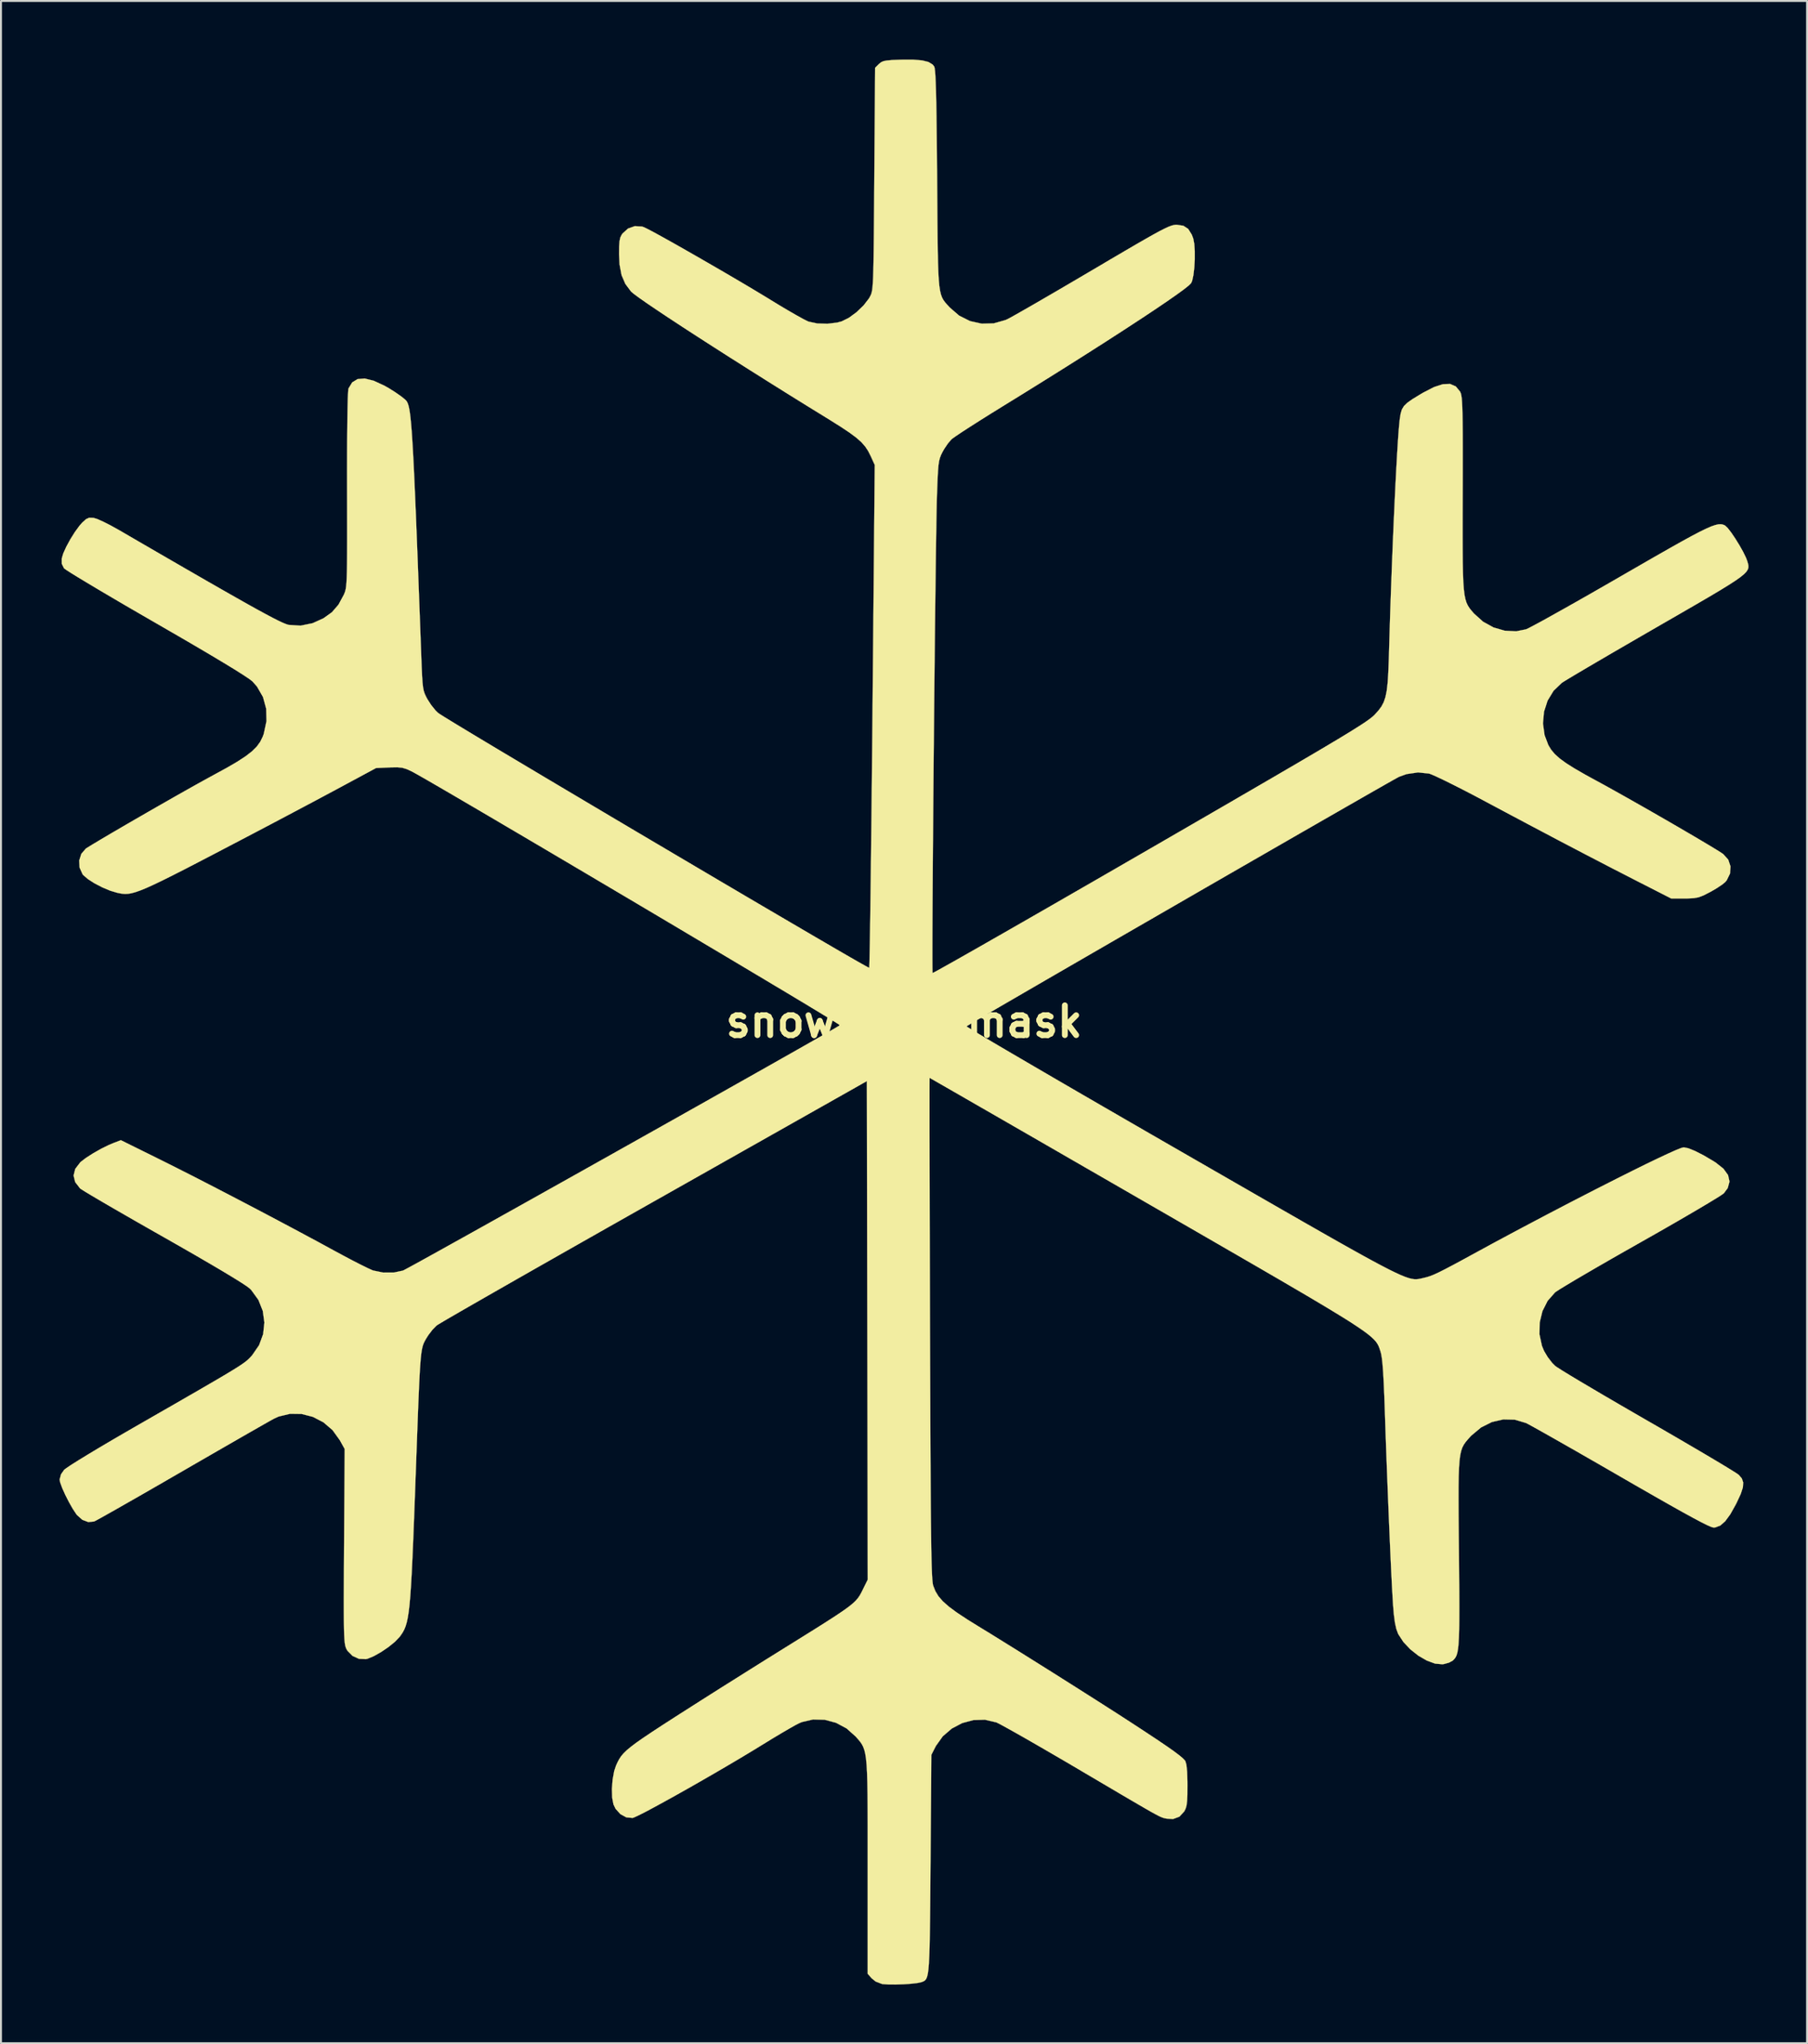
<source format=kicad_pcb>
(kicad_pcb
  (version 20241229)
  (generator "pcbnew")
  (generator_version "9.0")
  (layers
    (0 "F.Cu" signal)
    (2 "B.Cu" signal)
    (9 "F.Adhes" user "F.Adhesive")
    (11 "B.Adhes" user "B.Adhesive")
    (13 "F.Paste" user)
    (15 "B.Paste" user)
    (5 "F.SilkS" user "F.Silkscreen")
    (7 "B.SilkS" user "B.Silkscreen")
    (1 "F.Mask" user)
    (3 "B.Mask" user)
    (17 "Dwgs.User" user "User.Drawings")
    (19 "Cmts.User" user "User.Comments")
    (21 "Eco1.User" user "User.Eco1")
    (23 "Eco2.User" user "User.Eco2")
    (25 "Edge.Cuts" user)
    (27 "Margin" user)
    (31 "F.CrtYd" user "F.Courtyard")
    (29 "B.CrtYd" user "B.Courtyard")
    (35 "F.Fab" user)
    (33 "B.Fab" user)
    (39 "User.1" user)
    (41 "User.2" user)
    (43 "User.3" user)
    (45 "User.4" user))
  (footprint "snowflake_mask"
    (layer "F.Cu")
    (at 43.27 49.27)
    (property "Reference" "snowflake_mask" (at 0 0 0) (layer "F.SilkS") (effects (font (size 1.524 1.524) (thickness 0.3))))
    (attr through_hole)
    (fp_poly (pts (xy 0.92 -49.227) (xy 1.249 -49.145) (xy 1.463 -49.016) (xy 1.544 -48.913) (xy 1.567 -48.835) (xy 1.587 -48.678) (xy 1.605 -48.432) (xy 1.621 -48.089) (xy 1.636 -47.637) (xy 1.649 -47.067) (xy 1.661 -46.369) (xy 1.671 -45.533) (xy 1.682 -44.55) (xy 1.691 -43.41) (xy 1.693 -43.138) (xy 1.702 -41.998) (xy 1.709 -41.015) (xy 1.717 -40.176) (xy 1.727 -39.467) (xy 1.739 -38.876) (xy 1.756 -38.39) (xy 1.778 -37.996) (xy 1.807 -37.681) (xy 1.845 -37.432) (xy 1.891 -37.237) (xy 1.948 -37.082) (xy 2.017 -36.955) (xy 2.099 -36.842) (xy 2.195 -36.732) (xy 2.307 -36.61) (xy 2.341 -36.572) (xy 2.824 -36.155) (xy 3.38 -35.877) (xy 3.98 -35.743) (xy 4.595 -35.759) (xy 5.198 -35.931) (xy 5.292 -35.973) (xy 5.462 -36.063) (xy 5.762 -36.23) (xy 6.176 -36.466) (xy 6.689 -36.76) (xy 7.284 -37.105) (xy 7.946 -37.49) (xy 8.659 -37.908) (xy 9.408 -38.348) (xy 9.689 -38.513) (xy 10.547 -39.02) (xy 11.273 -39.446) (xy 11.878 -39.799) (xy 12.376 -40.086) (xy 12.779 -40.313) (xy 13.1 -40.488) (xy 13.352 -40.616) (xy 13.546 -40.706) (xy 13.697 -40.763) (xy 13.816 -40.795) (xy 13.917 -40.808) (xy 13.971 -40.809) (xy 14.309 -40.76) (xy 14.557 -40.599) (xy 14.741 -40.303) (xy 14.817 -40.099) (xy 14.869 -39.827) (xy 14.893 -39.457) (xy 14.893 -39.038) (xy 14.869 -38.614) (xy 14.824 -38.233) (xy 14.761 -37.943) (xy 14.708 -37.82) (xy 14.584 -37.696) (xy 14.323 -37.49) (xy 13.935 -37.208) (xy 13.427 -36.855) (xy 12.809 -36.437) (xy 12.089 -35.96) (xy 11.275 -35.429) (xy 10.377 -34.849) (xy 9.402 -34.227) (xy 8.36 -33.568) (xy 7.259 -32.878) (xy 6.107 -32.162) (xy 4.995 -31.476) (xy 4.418 -31.119) (xy 3.877 -30.779) (xy 3.393 -30.471) (xy 2.985 -30.207) (xy 2.673 -29.998) (xy 2.476 -29.859) (xy 2.426 -29.818) (xy 2.246 -29.607) (xy 2.055 -29.325) (xy 1.967 -29.168) (xy 1.893 -29.017) (xy 1.837 -28.871) (xy 1.794 -28.702) (xy 1.762 -28.483) (xy 1.738 -28.188) (xy 1.717 -27.789) (xy 1.696 -27.26) (xy 1.686 -26.966) (xy 1.676 -26.637) (xy 1.666 -26.168) (xy 1.655 -25.57) (xy 1.644 -24.855) (xy 1.632 -24.035) (xy 1.62 -23.121) (xy 1.607 -22.124) (xy 1.594 -21.056) (xy 1.581 -19.929) (xy 1.568 -18.754) (xy 1.556 -17.542) (xy 1.543 -16.305) (xy 1.531 -15.055) (xy 1.519 -13.802) (xy 1.508 -12.559) (xy 1.497 -11.337) (xy 1.488 -10.148) (xy 1.479 -9.002) (xy 1.471 -7.912) (xy 1.464 -6.888) (xy 1.458 -5.944) (xy 1.454 -5.089) (xy 1.451 -4.335) (xy 1.45 -3.694) (xy 1.45 -3.178) (xy 1.452 -2.798) (xy 1.456 -2.565) (xy 1.461 -2.491) (xy 1.538 -2.527) (xy 1.754 -2.643) (xy 2.1 -2.836) (xy 2.569 -3.099) (xy 3.152 -3.429) (xy 3.842 -3.821) (xy 4.63 -4.271) (xy 5.508 -4.773) (xy 6.469 -5.324) (xy 7.504 -5.918) (xy 8.605 -6.552) (xy 9.764 -7.219) (xy 10.974 -7.917) (xy 12.226 -8.64) (xy 12.586 -8.848) (xy 14.097 -9.722) (xy 15.467 -10.515) (xy 16.705 -11.232) (xy 17.817 -11.878) (xy 18.81 -12.455) (xy 19.691 -12.969) (xy 20.468 -13.423) (xy 21.146 -13.822) (xy 21.734 -14.17) (xy 22.237 -14.471) (xy 22.664 -14.729) (xy 23.02 -14.949) (xy 23.313 -15.134) (xy 23.551 -15.288) (xy 23.739 -15.417) (xy 23.885 -15.523) (xy 23.997 -15.612) (xy 24.08 -15.687) (xy 24.107 -15.714) (xy 24.301 -15.928) (xy 24.456 -16.135) (xy 24.575 -16.359) (xy 24.665 -16.622) (xy 24.731 -16.949) (xy 24.778 -17.362) (xy 24.811 -17.884) (xy 24.836 -18.54) (xy 24.849 -18.965) (xy 24.88 -20.044) (xy 24.915 -21.153) (xy 24.955 -22.277) (xy 24.997 -23.399) (xy 25.041 -24.503) (xy 25.087 -25.574) (xy 25.134 -26.594) (xy 25.18 -27.548) (xy 25.226 -28.42) (xy 25.27 -29.192) (xy 25.312 -29.85) (xy 25.351 -30.377) (xy 25.387 -30.757) (xy 25.398 -30.854) (xy 25.442 -31.131) (xy 25.504 -31.346) (xy 25.611 -31.524) (xy 25.784 -31.693) (xy 26.049 -31.881) (xy 26.43 -32.113) (xy 26.605 -32.216) (xy 27.155 -32.499) (xy 27.61 -32.646) (xy 27.979 -32.657) (xy 28.267 -32.532) (xy 28.483 -32.271) (xy 28.498 -32.243) (xy 28.527 -32.173) (xy 28.551 -32.074) (xy 28.572 -31.934) (xy 28.588 -31.739) (xy 28.601 -31.475) (xy 28.611 -31.13) (xy 28.618 -30.691) (xy 28.623 -30.144) (xy 28.625 -29.475) (xy 28.625 -28.672) (xy 28.624 -27.722) (xy 28.622 -27.03) (xy 28.619 -25.936) (xy 28.618 -24.998) (xy 28.62 -24.202) (xy 28.625 -23.534) (xy 28.636 -22.981) (xy 28.653 -22.529) (xy 28.679 -22.165) (xy 28.713 -21.874) (xy 28.759 -21.644) (xy 28.815 -21.46) (xy 28.886 -21.309) (xy 28.97 -21.177) (xy 29.07 -21.051) (xy 29.187 -20.916) (xy 29.206 -20.895) (xy 29.667 -20.482) (xy 30.204 -20.186) (xy 30.781 -20.019) (xy 31.364 -19.99) (xy 31.864 -20.091) (xy 32.006 -20.156) (xy 32.279 -20.299) (xy 32.672 -20.511) (xy 33.168 -20.786) (xy 33.755 -21.114) (xy 34.419 -21.488) (xy 35.145 -21.901) (xy 35.919 -22.344) (xy 36.728 -22.81) (xy 36.745 -22.82) (xy 37.714 -23.379) (xy 38.549 -23.859) (xy 39.261 -24.264) (xy 39.859 -24.6) (xy 40.357 -24.872) (xy 40.765 -25.086) (xy 41.095 -25.247) (xy 41.357 -25.361) (xy 41.563 -25.433) (xy 41.724 -25.469) (xy 41.852 -25.474) (xy 41.958 -25.454) (xy 42.052 -25.415) (xy 42.063 -25.409) (xy 42.193 -25.288) (xy 42.375 -25.055) (xy 42.584 -24.747) (xy 42.796 -24.405) (xy 42.987 -24.066) (xy 43.132 -23.769) (xy 43.195 -23.605) (xy 43.232 -23.481) (xy 43.258 -23.37) (xy 43.261 -23.266) (xy 43.231 -23.16) (xy 43.16 -23.046) (xy 43.036 -22.917) (xy 42.85 -22.764) (xy 42.592 -22.582) (xy 42.251 -22.361) (xy 41.818 -22.095) (xy 41.282 -21.776) (xy 40.634 -21.398) (xy 39.864 -20.952) (xy 38.96 -20.431) (xy 38.568 -20.205) (xy 37.756 -19.736) (xy 36.979 -19.286) (xy 36.252 -18.864) (xy 35.588 -18.476) (xy 35.001 -18.132) (xy 34.505 -17.839) (xy 34.114 -17.605) (xy 33.841 -17.44) (xy 33.701 -17.35) (xy 33.699 -17.348) (xy 33.277 -16.943) (xy 32.971 -16.44) (xy 32.788 -15.872) (xy 32.734 -15.272) (xy 32.817 -14.671) (xy 33.01 -14.162) (xy 33.153 -13.927) (xy 33.341 -13.703) (xy 33.592 -13.477) (xy 33.926 -13.234) (xy 34.362 -12.959) (xy 34.919 -12.639) (xy 35.433 -12.358) (xy 35.905 -12.101) (xy 36.454 -11.796) (xy 37.059 -11.456) (xy 37.703 -11.092) (xy 38.365 -10.714) (xy 39.026 -10.334) (xy 39.667 -9.963) (xy 40.268 -9.612) (xy 40.81 -9.293) (xy 41.274 -9.017) (xy 41.64 -8.794) (xy 41.889 -8.636) (xy 41.972 -8.579) (xy 42.227 -8.295) (xy 42.343 -7.95) (xy 42.318 -7.584) (xy 42.149 -7.238) (xy 42.072 -7.146) (xy 41.91 -7.014) (xy 41.649 -6.84) (xy 41.34 -6.659) (xy 41.286 -6.631) (xy 40.964 -6.466) (xy 40.713 -6.369) (xy 40.464 -6.323) (xy 40.144 -6.308) (xy 39.992 -6.308) (xy 39.302 -6.308) (xy 37.579 -7.187) (xy 36.31 -7.838) (xy 34.976 -8.53) (xy 33.558 -9.272) (xy 32.038 -10.075) (xy 30.396 -10.948) (xy 29.799 -11.267) (xy 29.184 -11.593) (xy 28.599 -11.896) (xy 28.065 -12.166) (xy 27.605 -12.393) (xy 27.238 -12.566) (xy 26.985 -12.675) (xy 26.895 -12.705) (xy 26.334 -12.764) (xy 25.745 -12.677) (xy 25.371 -12.544) (xy 25.264 -12.487) (xy 25.022 -12.352) (xy 24.655 -12.144) (xy 24.171 -11.869) (xy 23.582 -11.532) (xy 22.897 -11.14) (xy 22.126 -10.698) (xy 21.279 -10.212) (xy 20.364 -9.687) (xy 19.394 -9.129) (xy 18.376 -8.543) (xy 17.321 -7.936) (xy 16.239 -7.313) (xy 15.14 -6.68) (xy 14.033 -6.041) (xy 12.929 -5.404) (xy 11.836 -4.774) (xy 10.766 -4.156) (xy 9.727 -3.556) (xy 8.73 -2.979) (xy 7.784 -2.432) (xy 6.899 -1.92) (xy 6.086 -1.448) (xy 5.353 -1.023) (xy 4.711 -0.65) (xy 4.17 -0.334) (xy 3.739 -0.082) (xy 3.428 0.101) (xy 3.247 0.21) (xy 3.203 0.239) (xy 3.268 0.287) (xy 3.473 0.414) (xy 3.808 0.617) (xy 4.267 0.89) (xy 4.84 1.229) (xy 5.521 1.628) (xy 6.301 2.084) (xy 7.172 2.592) (xy 8.126 3.147) (xy 9.155 3.745) (xy 10.252 4.38) (xy 11.409 5.049) (xy 12.616 5.746) (xy 13.868 6.467) (xy 14.217 6.668) (xy 15.739 7.544) (xy 17.121 8.339) (xy 18.371 9.058) (xy 19.496 9.704) (xy 20.503 10.281) (xy 21.399 10.792) (xy 22.191 11.242) (xy 22.887 11.633) (xy 23.494 11.971) (xy 24.02 12.258) (xy 24.47 12.498) (xy 24.853 12.696) (xy 25.176 12.854) (xy 25.446 12.977) (xy 25.67 13.068) (xy 25.856 13.132) (xy 26.01 13.171) (xy 26.141 13.19) (xy 26.254 13.192) (xy 26.358 13.182) (xy 26.459 13.162) (xy 26.565 13.138) (xy 26.624 13.124) (xy 26.792 13.082) (xy 26.966 13.026) (xy 27.166 12.946) (xy 27.412 12.832) (xy 27.726 12.674) (xy 28.127 12.463) (xy 28.636 12.189) (xy 29.252 11.853) (xy 30.158 11.36) (xy 31.091 10.859) (xy 32.039 10.355) (xy 32.988 9.855) (xy 33.927 9.365) (xy 34.842 8.892) (xy 35.722 8.442) (xy 36.553 8.021) (xy 37.322 7.636) (xy 38.018 7.293) (xy 38.628 6.999) (xy 39.138 6.76) (xy 39.537 6.582) (xy 39.812 6.472) (xy 39.947 6.436) (xy 40.187 6.486) (xy 40.535 6.627) (xy 40.964 6.846) (xy 41.448 7.13) (xy 41.578 7.212) (xy 41.979 7.528) (xy 42.217 7.857) (xy 42.292 8.19) (xy 42.201 8.523) (xy 42.006 8.786) (xy 41.892 8.87) (xy 41.644 9.029) (xy 41.276 9.253) (xy 40.804 9.535) (xy 40.242 9.865) (xy 39.604 10.235) (xy 38.904 10.638) (xy 38.156 11.063) (xy 37.732 11.303) (xy 36.961 11.74) (xy 36.226 12.159) (xy 35.542 12.553) (xy 34.924 12.912) (xy 34.387 13.227) (xy 33.946 13.491) (xy 33.614 13.693) (xy 33.408 13.827) (xy 33.355 13.866) (xy 32.973 14.299) (xy 32.708 14.824) (xy 32.567 15.406) (xy 32.555 16.01) (xy 32.681 16.599) (xy 32.792 16.868) (xy 32.98 17.183) (xy 33.209 17.479) (xy 33.36 17.63) (xy 33.492 17.721) (xy 33.757 17.889) (xy 34.141 18.124) (xy 34.63 18.417) (xy 35.211 18.761) (xy 35.868 19.148) (xy 36.589 19.569) (xy 37.359 20.015) (xy 38.107 20.447) (xy 38.907 20.908) (xy 39.668 21.35) (xy 40.377 21.764) (xy 41.02 22.142) (xy 41.584 22.476) (xy 42.055 22.759) (xy 42.418 22.981) (xy 42.661 23.135) (xy 42.768 23.211) (xy 42.924 23.396) (xy 42.994 23.601) (xy 42.976 23.856) (xy 42.868 24.188) (xy 42.665 24.625) (xy 42.617 24.721) (xy 42.333 25.228) (xy 42.072 25.585) (xy 41.822 25.804) (xy 41.568 25.901) (xy 41.47 25.908) (xy 41.359 25.878) (xy 41.151 25.787) (xy 40.838 25.631) (xy 40.416 25.407) (xy 39.876 25.111) (xy 39.215 24.74) (xy 38.425 24.291) (xy 37.5 23.761) (xy 36.744 23.325) (xy 35.936 22.858) (xy 35.161 22.413) (xy 34.434 21.996) (xy 33.768 21.616) (xy 33.179 21.282) (xy 32.68 21) (xy 32.285 20.78) (xy 32.008 20.628) (xy 31.865 20.555) (xy 31.295 20.384) (xy 30.704 20.37) (xy 30.118 20.505) (xy 29.563 20.782) (xy 29.066 21.197) (xy 29.003 21.264) (xy 28.876 21.405) (xy 28.768 21.535) (xy 28.677 21.668) (xy 28.601 21.816) (xy 28.541 21.995) (xy 28.493 22.218) (xy 28.458 22.499) (xy 28.433 22.853) (xy 28.417 23.292) (xy 28.409 23.832) (xy 28.408 24.485) (xy 28.411 25.267) (xy 28.419 26.19) (xy 28.429 27.225) (xy 28.438 28.29) (xy 28.445 29.2) (xy 28.448 29.967) (xy 28.446 30.604) (xy 28.44 31.126) (xy 28.427 31.545) (xy 28.408 31.874) (xy 28.381 32.128) (xy 28.347 32.319) (xy 28.303 32.461) (xy 28.249 32.567) (xy 28.184 32.65) (xy 28.11 32.723) (xy 27.923 32.826) (xy 27.659 32.899) (xy 27.584 32.91) (xy 27.209 32.877) (xy 26.786 32.722) (xy 26.35 32.47) (xy 25.938 32.144) (xy 25.585 31.77) (xy 25.326 31.373) (xy 25.31 31.34) (xy 25.219 31.093) (xy 25.149 30.77) (xy 25.093 30.339) (xy 25.056 29.895) (xy 25.03 29.477) (xy 24.998 28.91) (xy 24.963 28.212) (xy 24.925 27.402) (xy 24.885 26.499) (xy 24.843 25.523) (xy 24.801 24.493) (xy 24.759 23.428) (xy 24.718 22.347) (xy 24.679 21.27) (xy 24.643 20.215) (xy 24.637 20.024) (xy 24.607 19.186) (xy 24.577 18.503) (xy 24.547 17.958) (xy 24.515 17.537) (xy 24.48 17.223) (xy 24.441 17.002) (xy 24.416 16.91) (xy 24.379 16.795) (xy 24.343 16.689) (xy 24.3 16.587) (xy 24.244 16.486) (xy 24.169 16.38) (xy 24.066 16.266) (xy 23.929 16.139) (xy 23.753 15.994) (xy 23.528 15.828) (xy 23.249 15.636) (xy 22.91 15.413) (xy 22.502 15.156) (xy 22.019 14.86) (xy 21.455 14.52) (xy 20.803 14.132) (xy 20.055 13.693) (xy 19.205 13.196) (xy 18.245 12.639) (xy 17.17 12.017) (xy 15.973 11.325) (xy 14.646 10.559) (xy 13.182 9.715) (xy 12.411 9.271) (xy 11.148 8.542) (xy 9.926 7.838) (xy 8.751 7.161) (xy 7.633 6.516) (xy 6.58 5.909) (xy 5.598 5.344) (xy 4.698 4.825) (xy 3.885 4.358) (xy 3.169 3.946) (xy 2.557 3.594) (xy 2.058 3.307) (xy 1.679 3.09) (xy 1.429 2.946) (xy 1.315 2.882) (xy 1.308 2.879) (xy 1.306 2.962) (xy 1.305 3.205) (xy 1.304 3.599) (xy 1.304 4.135) (xy 1.304 4.803) (xy 1.304 5.595) (xy 1.306 6.5) (xy 1.307 7.511) (xy 1.31 8.617) (xy 1.312 9.809) (xy 1.315 11.079) (xy 1.319 12.416) (xy 1.323 13.812) (xy 1.327 15.258) (xy 1.328 15.684) (xy 1.334 17.437) (xy 1.34 19.027) (xy 1.345 20.464) (xy 1.351 21.755) (xy 1.357 22.908) (xy 1.363 23.93) (xy 1.369 24.831) (xy 1.376 25.616) (xy 1.384 26.295) (xy 1.392 26.875) (xy 1.401 27.364) (xy 1.411 27.769) (xy 1.422 28.099) (xy 1.434 28.362) (xy 1.447 28.564) (xy 1.462 28.714) (xy 1.477 28.821) (xy 1.493 28.886) (xy 1.604 29.165) (xy 1.762 29.426) (xy 1.987 29.685) (xy 2.294 29.958) (xy 2.703 30.26) (xy 3.23 30.609) (xy 3.79 30.956) (xy 4.381 31.317) (xy 5.086 31.754) (xy 5.879 32.247) (xy 6.731 32.781) (xy 7.617 33.337) (xy 8.507 33.899) (xy 9.375 34.449) (xy 10.194 34.97) (xy 10.935 35.444) (xy 11.571 35.855) (xy 11.615 35.884) (xy 12.354 36.367) (xy 12.96 36.768) (xy 13.445 37.096) (xy 13.819 37.359) (xy 14.093 37.565) (xy 14.279 37.72) (xy 14.389 37.835) (xy 14.414 37.873) (xy 14.468 38.065) (xy 14.503 38.417) (xy 14.519 38.921) (xy 14.52 39.116) (xy 14.517 39.579) (xy 14.502 39.909) (xy 14.474 40.14) (xy 14.425 40.308) (xy 14.355 40.447) (xy 14.106 40.716) (xy 13.78 40.836) (xy 13.447 40.815) (xy 13.372 40.799) (xy 13.304 40.783) (xy 13.232 40.759) (xy 13.142 40.723) (xy 13.023 40.665) (xy 12.863 40.581) (xy 12.65 40.463) (xy 12.372 40.304) (xy 12.016 40.098) (xy 11.571 39.838) (xy 11.025 39.518) (xy 10.366 39.129) (xy 9.581 38.667) (xy 8.932 38.284) (xy 8.187 37.846) (xy 7.474 37.431) (xy 6.81 37.046) (xy 6.209 36.701) (xy 5.687 36.405) (xy 5.26 36.167) (xy 4.943 35.994) (xy 4.751 35.897) (xy 4.719 35.884) (xy 4.145 35.75) (xy 3.554 35.767) (xy 2.977 35.922) (xy 2.444 36.203) (xy 1.985 36.597) (xy 1.631 37.093) (xy 1.608 37.137) (xy 1.397 37.55) (xy 1.355 43.138) (xy 1.346 44.279) (xy 1.338 45.262) (xy 1.329 46.1) (xy 1.319 46.805) (xy 1.307 47.389) (xy 1.291 47.864) (xy 1.272 48.241) (xy 1.248 48.533) (xy 1.218 48.751) (xy 1.181 48.909) (xy 1.137 49.017) (xy 1.084 49.088) (xy 1.022 49.134) (xy 0.95 49.167) (xy 0.905 49.184) (xy 0.693 49.231) (xy 0.364 49.27) (xy -0.031 49.297) (xy -0.44 49.311) (xy -0.809 49.308) (xy -1.089 49.288) (xy -1.138 49.279) (xy -1.451 49.159) (xy -1.667 48.986) (xy -1.863 48.759) (xy -1.863 43.275) (xy -1.863 42.128) (xy -1.863 41.138) (xy -1.866 40.291) (xy -1.871 39.575) (xy -1.881 38.977) (xy -1.896 38.483) (xy -1.918 38.08) (xy -1.948 37.757) (xy -1.987 37.5) (xy -2.036 37.295) (xy -2.096 37.131) (xy -2.17 36.993) (xy -2.256 36.87) (xy -2.359 36.748) (xy -2.477 36.614) (xy -2.479 36.611) (xy -2.945 36.196) (xy -3.486 35.907) (xy -4.069 35.751) (xy -4.663 35.736) (xy -5.235 35.869) (xy -5.376 35.929) (xy -5.582 36.035) (xy -5.899 36.215) (xy -6.299 36.448) (xy -6.75 36.719) (xy -7.222 37.008) (xy -7.239 37.018) (xy -7.797 37.36) (xy -8.412 37.729) (xy -9.065 38.115) (xy -9.741 38.509) (xy -10.421 38.901) (xy -11.087 39.28) (xy -11.723 39.638) (xy -12.312 39.964) (xy -12.835 40.249) (xy -13.275 40.483) (xy -13.616 40.655) (xy -13.839 40.757) (xy -13.91 40.78) (xy -14.229 40.751) (xy -14.532 40.586) (xy -14.777 40.316) (xy -14.888 40.087) (xy -14.955 39.737) (xy -14.968 39.293) (xy -14.931 38.818) (xy -14.85 38.377) (xy -14.754 38.09) (xy -14.676 37.92) (xy -14.595 37.767) (xy -14.498 37.621) (xy -14.374 37.473) (xy -14.211 37.314) (xy -13.996 37.135) (xy -13.717 36.925) (xy -13.362 36.677) (xy -12.92 36.38) (xy -12.377 36.025) (xy -11.722 35.603) (xy -10.943 35.106) (xy -10.456 34.796) (xy -9.948 34.473) (xy -9.329 34.082) (xy -8.63 33.643) (xy -7.885 33.175) (xy -7.125 32.699) (xy -6.382 32.236) (xy -5.927 31.953) (xy -5.131 31.458) (xy -4.466 31.042) (xy -3.918 30.695) (xy -3.475 30.408) (xy -3.123 30.171) (xy -2.849 29.974) (xy -2.64 29.806) (xy -2.483 29.659) (xy -2.364 29.522) (xy -2.27 29.385) (xy -2.189 29.239) (xy -2.124 29.109) (xy -1.861 28.575) (xy -1.883 15.81) (xy -1.905 3.044) (xy -12.785 9.188) (xy -14.045 9.9) (xy -15.267 10.591) (xy -16.444 11.258) (xy -17.566 11.895) (xy -18.626 12.497) (xy -19.614 13.059) (xy -20.523 13.578) (xy -21.344 14.047) (xy -22.068 14.462) (xy -22.688 14.818) (xy -23.194 15.111) (xy -23.579 15.336) (xy -23.833 15.487) (xy -23.949 15.561) (xy -23.952 15.563) (xy -24.156 15.77) (xy -24.373 16.054) (xy -24.496 16.249) (xy -24.55 16.346) (xy -24.598 16.44) (xy -24.64 16.543) (xy -24.677 16.666) (xy -24.709 16.823) (xy -24.739 17.024) (xy -24.766 17.283) (xy -24.791 17.611) (xy -24.817 18.02) (xy -24.842 18.524) (xy -24.869 19.133) (xy -24.899 19.861) (xy -24.931 20.719) (xy -24.968 21.719) (xy -25.01 22.875) (xy -25.019 23.114) (xy -25.067 24.43) (xy -25.111 25.589) (xy -25.151 26.601) (xy -25.189 27.477) (xy -25.225 28.229) (xy -25.262 28.869) (xy -25.299 29.406) (xy -25.338 29.853) (xy -25.381 30.222) (xy -25.428 30.522) (xy -25.48 30.765) (xy -25.539 30.964) (xy -25.606 31.128) (xy -25.681 31.269) (xy -25.766 31.399) (xy -25.849 31.512) (xy -26.086 31.759) (xy -26.416 32.027) (xy -26.792 32.282) (xy -27.164 32.492) (xy -27.482 32.625) (xy -27.568 32.646) (xy -27.925 32.633) (xy -28.259 32.481) (xy -28.519 32.218) (xy -28.579 32.111) (xy -28.609 32.035) (xy -28.635 31.94) (xy -28.656 31.81) (xy -28.673 31.633) (xy -28.686 31.394) (xy -28.695 31.081) (xy -28.701 30.68) (xy -28.704 30.178) (xy -28.705 29.56) (xy -28.702 28.815) (xy -28.698 27.927) (xy -28.692 26.884) (xy -28.691 26.847) (xy -28.66 21.886) (xy -28.911 21.433) (xy -29.282 20.919) (xy -29.75 20.519) (xy -30.288 20.24) (xy -30.867 20.091) (xy -31.461 20.083) (xy -32.042 20.223) (xy -32.258 20.32) (xy -32.4 20.397) (xy -32.674 20.551) (xy -33.066 20.774) (xy -33.562 21.057) (xy -34.147 21.393) (xy -34.806 21.772) (xy -35.527 22.187) (xy -36.293 22.629) (xy -36.957 23.013) (xy -37.745 23.468) (xy -38.494 23.9) (xy -39.191 24.3) (xy -39.821 24.66) (xy -40.372 24.973) (xy -40.829 25.231) (xy -41.178 25.427) (xy -41.407 25.552) (xy -41.497 25.597) (xy -41.794 25.627) (xy -42.101 25.512) (xy -42.374 25.269) (xy -42.407 25.227) (xy -42.596 24.942) (xy -42.793 24.595) (xy -42.979 24.227) (xy -43.133 23.883) (xy -43.235 23.603) (xy -43.265 23.45) (xy -43.192 23.179) (xy -43.032 22.95) (xy -42.911 22.857) (xy -42.66 22.69) (xy -42.292 22.458) (xy -41.826 22.173) (xy -41.277 21.843) (xy -40.66 21.479) (xy -39.992 21.089) (xy -39.455 20.779) (xy -38.412 20.18) (xy -37.505 19.66) (xy -36.725 19.21) (xy -36.06 18.827) (xy -35.501 18.502) (xy -35.037 18.231) (xy -34.657 18.005) (xy -34.352 17.82) (xy -34.111 17.669) (xy -33.924 17.545) (xy -33.78 17.443) (xy -33.669 17.355) (xy -33.581 17.276) (xy -33.505 17.2) (xy -33.432 17.119) (xy -33.401 17.084) (xy -33.046 16.571) (xy -32.837 16.003) (xy -32.774 15.408) (xy -32.855 14.815) (xy -33.079 14.252) (xy -33.445 13.747) (xy -33.528 13.664) (xy -33.676 13.551) (xy -33.962 13.363) (xy -34.376 13.105) (xy -34.908 12.784) (xy -35.549 12.406) (xy -36.286 11.977) (xy -37.112 11.503) (xy -37.946 11.028) (xy -38.714 10.592) (xy -39.442 10.176) (xy -40.116 9.789) (xy -40.721 9.439) (xy -41.243 9.135) (xy -41.668 8.883) (xy -41.982 8.694) (xy -42.171 8.574) (xy -42.219 8.539) (xy -42.468 8.216) (xy -42.549 7.88) (xy -42.464 7.541) (xy -42.212 7.211) (xy -42.179 7.179) (xy -41.916 6.977) (xy -41.552 6.744) (xy -41.142 6.512) (xy -40.741 6.314) (xy -40.526 6.224) (xy -40.127 6.071) (xy -38.119 7.064) (xy -37.303 7.472) (xy -36.37 7.945) (xy -35.349 8.47) (xy -34.27 9.03) (xy -33.164 9.608) (xy -32.06 10.191) (xy -30.989 10.761) (xy -29.981 11.302) (xy -29.214 11.72) (xy -28.71 11.992) (xy -28.234 12.243) (xy -27.813 12.458) (xy -27.475 12.624) (xy -27.248 12.727) (xy -27.2 12.745) (xy -26.686 12.851) (xy -26.143 12.85) (xy -25.676 12.75) (xy -25.575 12.699) (xy -25.336 12.571) (xy -24.971 12.371) (xy -24.488 12.105) (xy -23.898 11.778) (xy -23.211 11.396) (xy -22.436 10.965) (xy -21.584 10.49) (xy -20.665 9.976) (xy -19.687 9.43) (xy -18.662 8.856) (xy -17.599 8.261) (xy -16.508 7.65) (xy -15.399 7.028) (xy -14.282 6.401) (xy -13.167 5.775) (xy -12.063 5.155) (xy -10.981 4.546) (xy -9.931 3.955) (xy -8.922 3.387) (xy -7.964 2.847) (xy -7.067 2.341) (xy -6.242 1.874) (xy -5.498 1.453) (xy -4.844 1.082) (xy -4.292 0.768) (xy -3.85 0.515) (xy -3.529 0.329) (xy -3.338 0.216) (xy -3.287 0.183) (xy -3.352 0.136) (xy -3.554 0.008) (xy -3.883 -0.194) (xy -4.328 -0.465) (xy -4.881 -0.799) (xy -5.531 -1.19) (xy -6.269 -1.632) (xy -7.086 -2.12) (xy -7.97 -2.648) (xy -8.914 -3.211) (xy -9.907 -3.801) (xy -10.94 -4.415) (xy -12.002 -5.046) (xy -13.084 -5.688) (xy -14.177 -6.336) (xy -15.271 -6.983) (xy -16.356 -7.625) (xy -17.422 -8.255) (xy -18.46 -8.868) (xy -19.46 -9.457) (xy -20.413 -10.018) (xy -21.308 -10.545) (xy -22.137 -11.031) (xy -22.889 -11.471) (xy -23.554 -11.859) (xy -24.124 -12.19) (xy -24.588 -12.458) (xy -24.937 -12.656) (xy -25.16 -12.78) (xy -25.218 -12.811) (xy -25.484 -12.933) (xy -25.709 -13.001) (xy -25.959 -13.026) (xy -26.301 -13.021) (xy -26.376 -13.017) (xy -27.055 -12.986) (xy -28.873 -12.007) (xy -29.431 -11.708) (xy -30.099 -11.351) (xy -30.839 -10.958) (xy -31.612 -10.549) (xy -32.377 -10.144) (xy -33.097 -9.766) (xy -33.189 -9.717) (xy -34.306 -9.132) (xy -35.283 -8.621) (xy -36.132 -8.179) (xy -36.863 -7.801) (xy -37.487 -7.484) (xy -38.015 -7.222) (xy -38.457 -7.01) (xy -38.824 -6.844) (xy -39.128 -6.72) (xy -39.378 -6.632) (xy -39.585 -6.576) (xy -39.761 -6.547) (xy -39.915 -6.54) (xy -40.059 -6.551) (xy -40.203 -6.576) (xy -40.318 -6.6) (xy -40.682 -6.709) (xy -41.085 -6.879) (xy -41.478 -7.084) (xy -41.815 -7.3) (xy -42.05 -7.501) (xy -42.092 -7.553) (xy -42.243 -7.892) (xy -42.261 -8.254) (xy -42.153 -8.593) (xy -41.926 -8.859) (xy -41.876 -8.893) (xy -41.585 -9.073) (xy -41.17 -9.321) (xy -40.654 -9.626) (xy -40.061 -9.972) (xy -39.413 -10.348) (xy -38.735 -10.739) (xy -38.049 -11.132) (xy -37.38 -11.513) (xy -36.75 -11.87) (xy -36.183 -12.187) (xy -35.702 -12.453) (xy -35.392 -12.622) (xy -34.708 -12.995) (xy -34.162 -13.313) (xy -33.734 -13.592) (xy -33.408 -13.845) (xy -33.165 -14.086) (xy -32.987 -14.332) (xy -32.858 -14.595) (xy -32.806 -14.737) (xy -32.667 -15.389) (xy -32.682 -16.026) (xy -32.845 -16.625) (xy -33.152 -17.159) (xy -33.385 -17.423) (xy -33.545 -17.548) (xy -33.85 -17.751) (xy -34.294 -18.032) (xy -34.874 -18.385) (xy -35.585 -18.81) (xy -36.423 -19.303) (xy -37.383 -19.862) (xy -38.312 -20.398) (xy -39.122 -20.866) (xy -39.892 -21.313) (xy -40.607 -21.732) (xy -41.256 -22.115) (xy -41.824 -22.454) (xy -42.3 -22.741) (xy -42.669 -22.968) (xy -42.918 -23.128) (xy -43.036 -23.213) (xy -43.04 -23.218) (xy -43.154 -23.448) (xy -43.155 -23.717) (xy -43.08 -23.976) (xy -42.924 -24.321) (xy -42.715 -24.705) (xy -42.479 -25.081) (xy -42.242 -25.404) (xy -42.105 -25.559) (xy -41.91 -25.735) (xy -41.749 -25.806) (xy -41.553 -25.801) (xy -41.513 -25.795) (xy -41.324 -25.734) (xy -41.029 -25.603) (xy -40.666 -25.42) (xy -40.275 -25.204) (xy -40.224 -25.175) (xy -38.909 -24.411) (xy -37.732 -23.729) (xy -36.685 -23.124) (xy -35.761 -22.592) (xy -34.952 -22.129) (xy -34.251 -21.73) (xy -33.648 -21.39) (xy -33.138 -21.106) (xy -32.711 -20.874) (xy -32.361 -20.688) (xy -32.079 -20.545) (xy -31.857 -20.44) (xy -31.689 -20.369) (xy -31.566 -20.327) (xy -31.527 -20.318) (xy -30.921 -20.278) (xy -30.302 -20.405) (xy -29.744 -20.659) (xy -29.313 -20.967) (xy -28.977 -21.357) (xy -28.701 -21.868) (xy -28.665 -21.956) (xy -28.633 -22.047) (xy -28.607 -22.157) (xy -28.586 -22.299) (xy -28.569 -22.487) (xy -28.556 -22.735) (xy -28.546 -23.056) (xy -28.539 -23.465) (xy -28.535 -23.974) (xy -28.533 -24.599) (xy -28.533 -25.352) (xy -28.534 -26.248) (xy -28.536 -27.24) (xy -28.537 -28.294) (xy -28.535 -29.251) (xy -28.53 -30.102) (xy -28.522 -30.837) (xy -28.512 -31.446) (xy -28.5 -31.918) (xy -28.485 -32.243) (xy -28.469 -32.411) (xy -28.464 -32.427) (xy -28.275 -32.737) (xy -27.998 -32.906) (xy -27.633 -32.935) (xy -27.177 -32.823) (xy -26.628 -32.571) (xy -26.401 -32.442) (xy -26.069 -32.233) (xy -25.777 -32.03) (xy -25.569 -31.863) (xy -25.503 -31.796) (xy -25.461 -31.733) (xy -25.423 -31.649) (xy -25.387 -31.534) (xy -25.353 -31.381) (xy -25.32 -31.182) (xy -25.289 -30.929) (xy -25.258 -30.613) (xy -25.226 -30.226) (xy -25.195 -29.76) (xy -25.162 -29.208) (xy -25.128 -28.56) (xy -25.092 -27.809) (xy -25.054 -26.947) (xy -25.012 -25.966) (xy -24.968 -24.857) (xy -24.919 -23.612) (xy -24.867 -22.223) (xy -24.809 -20.682) (xy -24.746 -18.982) (xy -24.738 -18.754) (xy -24.716 -18.161) (xy -24.695 -17.71) (xy -24.673 -17.374) (xy -24.646 -17.127) (xy -24.609 -16.942) (xy -24.559 -16.791) (xy -24.492 -16.647) (xy -24.424 -16.519) (xy -24.232 -16.22) (xy -24.01 -15.943) (xy -23.877 -15.813) (xy -23.766 -15.738) (xy -23.522 -15.584) (xy -23.153 -15.358) (xy -22.671 -15.065) (xy -22.084 -14.711) (xy -21.403 -14.302) (xy -20.636 -13.843) (xy -19.794 -13.341) (xy -18.886 -12.8) (xy -17.923 -12.227) (xy -16.912 -11.627) (xy -15.866 -11.006) (xy -14.792 -10.369) (xy -13.701 -9.723) (xy -12.602 -9.074) (xy -11.505 -8.426) (xy -10.42 -7.786) (xy -9.357 -7.159) (xy -8.324 -6.551) (xy -7.333 -5.968) (xy -6.391 -5.416) (xy -5.51 -4.9) (xy -4.699 -4.425) (xy -3.967 -3.999) (xy -3.325 -3.625) (xy -2.781 -3.311) (xy -2.346 -3.062) (xy -2.028 -2.883) (xy -1.839 -2.78) (xy -1.786 -2.757) (xy -1.78 -2.846) (xy -1.772 -3.095) (xy -1.763 -3.495) (xy -1.753 -4.037) (xy -1.742 -4.71) (xy -1.73 -5.507) (xy -1.718 -6.418) (xy -1.705 -7.433) (xy -1.692 -8.544) (xy -1.678 -9.741) (xy -1.664 -11.014) (xy -1.65 -12.355) (xy -1.636 -13.755) (xy -1.622 -15.203) (xy -1.618 -15.658) (xy -1.501 -28.509) (xy -1.713 -28.972) (xy -1.844 -29.23) (xy -1.996 -29.459) (xy -2.191 -29.679) (xy -2.447 -29.906) (xy -2.787 -30.159) (xy -3.229 -30.454) (xy -3.795 -30.81) (xy -3.943 -30.901) (xy -4.956 -31.525) (xy -5.969 -32.154) (xy -6.969 -32.78) (xy -7.946 -33.395) (xy -8.888 -33.992) (xy -9.785 -34.565) (xy -10.625 -35.105) (xy -11.398 -35.607) (xy -12.092 -36.063) (xy -12.696 -36.465) (xy -13.199 -36.806) (xy -13.59 -37.08) (xy -13.858 -37.279) (xy -13.987 -37.389) (xy -14.28 -37.781) (xy -14.474 -38.231) (xy -14.577 -38.774) (xy -14.602 -39.3) (xy -14.598 -39.699) (xy -14.579 -39.971) (xy -14.538 -40.158) (xy -14.467 -40.301) (xy -14.428 -40.358) (xy -14.145 -40.614) (xy -13.796 -40.739) (xy -13.431 -40.72) (xy -13.325 -40.684) (xy -13.138 -40.593) (xy -12.824 -40.427) (xy -12.404 -40.197) (xy -11.896 -39.914) (xy -11.321 -39.589) (xy -10.698 -39.233) (xy -10.046 -38.858) (xy -9.384 -38.475) (xy -8.733 -38.095) (xy -8.112 -37.729) (xy -7.54 -37.388) (xy -7.037 -37.084) (xy -6.868 -36.98) (xy -6.375 -36.68) (xy -5.911 -36.404) (xy -5.5 -36.168) (xy -5.17 -35.986) (xy -4.946 -35.873) (xy -4.889 -35.849) (xy -4.447 -35.754) (xy -3.934 -35.738) (xy -3.43 -35.799) (xy -3.191 -35.864) (xy -2.822 -36.048) (xy -2.431 -36.336) (xy -2.071 -36.682) (xy -1.797 -37.039) (xy -1.753 -37.117) (xy -1.716 -37.188) (xy -1.684 -37.262) (xy -1.657 -37.352) (xy -1.634 -37.47) (xy -1.615 -37.63) (xy -1.599 -37.843) (xy -1.585 -38.123) (xy -1.574 -38.482) (xy -1.564 -38.932) (xy -1.556 -39.488) (xy -1.548 -40.16) (xy -1.541 -40.962) (xy -1.533 -41.906) (xy -1.525 -43.006) (xy -1.524 -43.157) (xy -1.482 -48.848) (xy -1.289 -49.041) (xy -1.188 -49.126) (xy -1.065 -49.184) (xy -0.883 -49.221) (xy -0.608 -49.245) (xy -0.203 -49.261) (xy -0.149 -49.263) (xy 0.46 -49.265) (xy 0.92 -49.227)) (stroke (width 0.01) (type solid)) (fill yes) (layer "F.SilkS")))
  (gr_rect
    (start -3 -3)
    (end 89.535 101.586)
    (stroke (width 0.1) (type default))
    (fill no)
    (layer "Edge.Cuts")))
</source>
